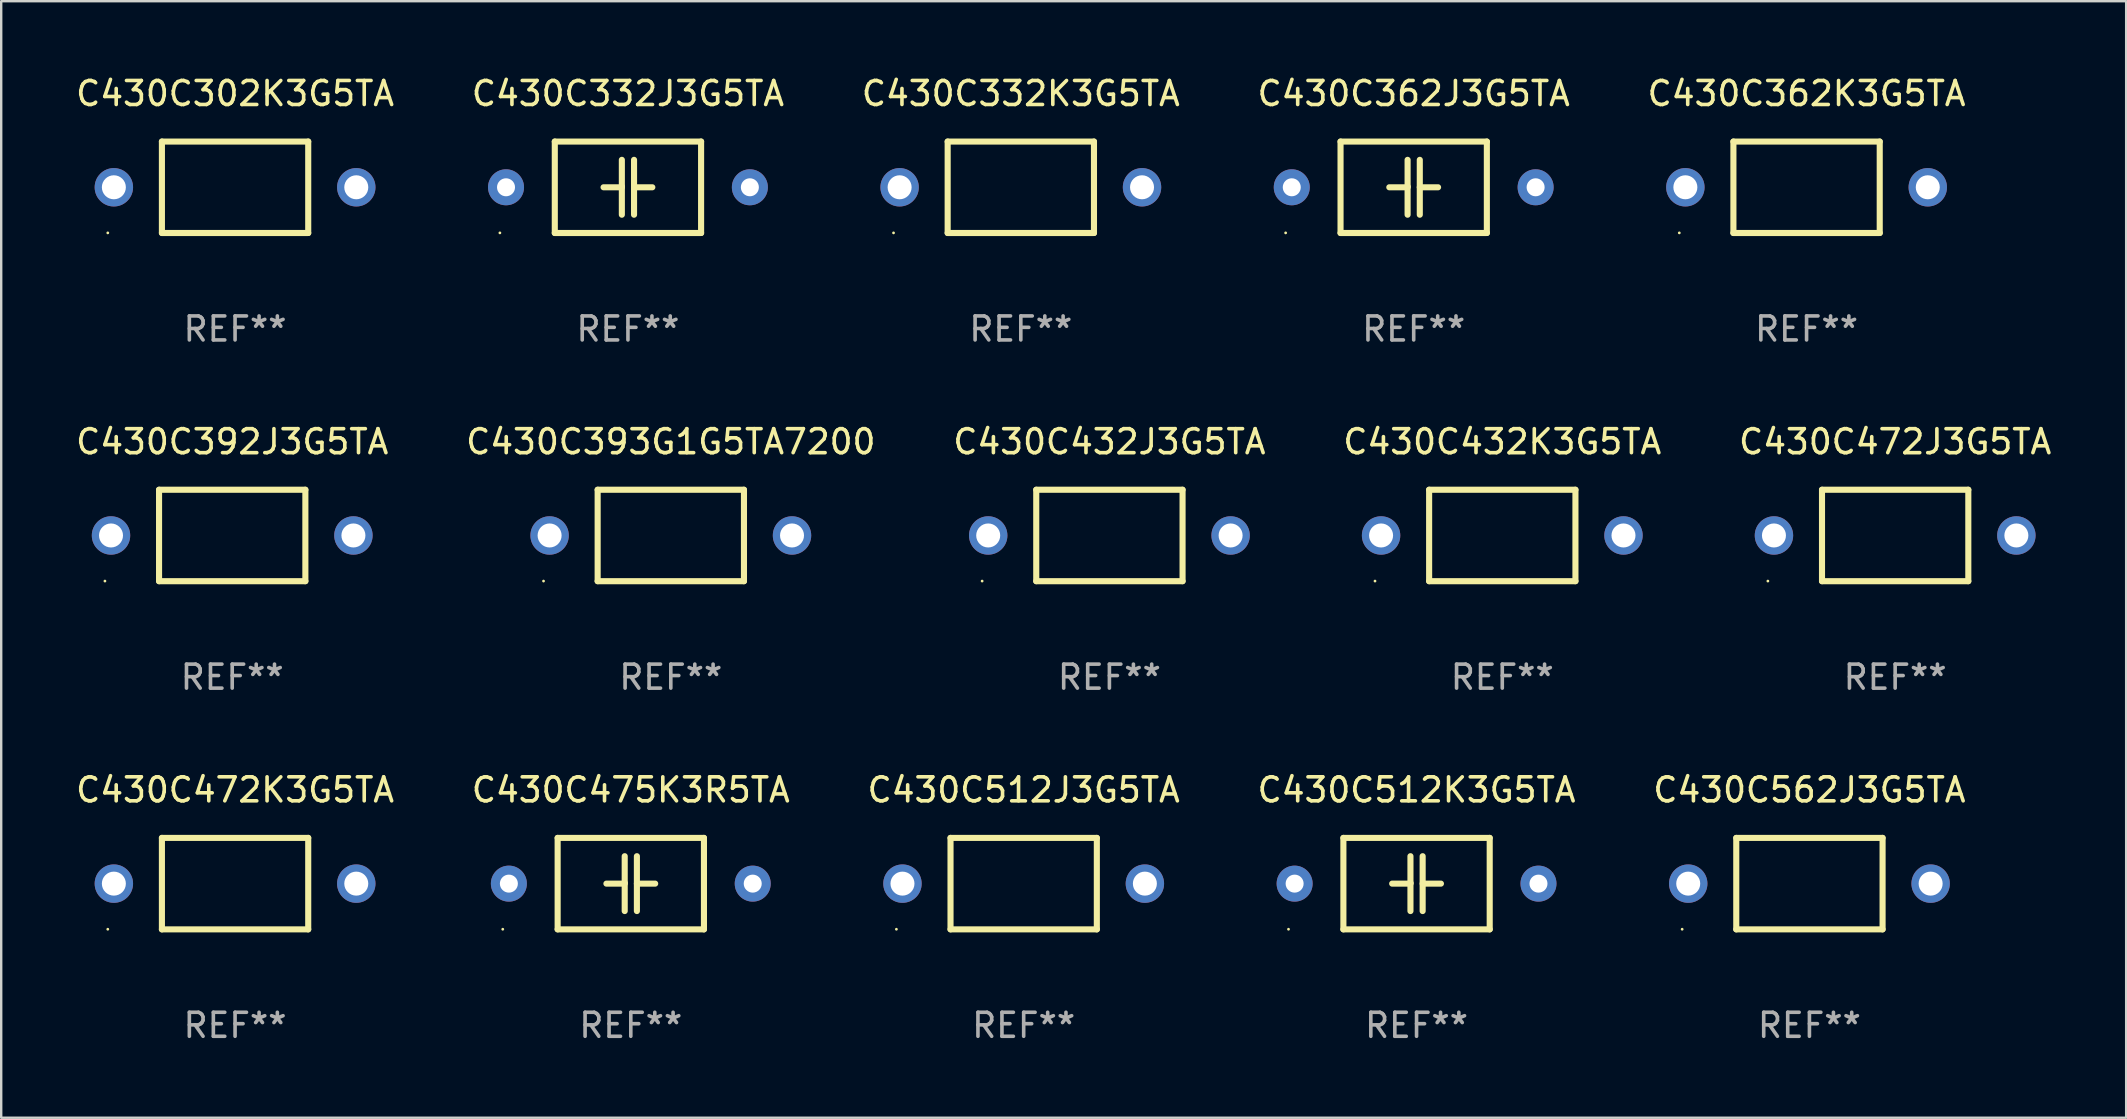
<source format=kicad_pcb>
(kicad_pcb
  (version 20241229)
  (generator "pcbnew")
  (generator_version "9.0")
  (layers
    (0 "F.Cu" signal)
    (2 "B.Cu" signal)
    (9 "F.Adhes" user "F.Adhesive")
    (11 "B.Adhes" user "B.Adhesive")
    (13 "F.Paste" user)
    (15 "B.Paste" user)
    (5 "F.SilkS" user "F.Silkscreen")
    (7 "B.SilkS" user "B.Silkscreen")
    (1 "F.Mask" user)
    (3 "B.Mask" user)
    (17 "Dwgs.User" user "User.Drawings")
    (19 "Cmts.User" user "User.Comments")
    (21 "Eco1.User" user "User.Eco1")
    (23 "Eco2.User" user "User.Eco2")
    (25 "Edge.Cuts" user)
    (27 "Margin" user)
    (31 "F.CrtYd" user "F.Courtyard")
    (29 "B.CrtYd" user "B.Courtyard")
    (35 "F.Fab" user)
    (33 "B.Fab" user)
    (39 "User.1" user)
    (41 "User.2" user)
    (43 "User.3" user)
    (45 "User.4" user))
  (footprint "C430C432K3G5TA"
    (layer "F.Cu")
    (at 59.542 19.26)
    (property "Reference" "C430C432K3G5TA" (at 0 -3.905 0) (layer "F.SilkS") (effects (font (size 1 1) (thickness 0.15))))
    (attr through_hole)
    (fp_line (start -3.048 -1.905) (end -3.048 1.905) (stroke (width 0.254) (type solid)) (layer "F.SilkS"))
    (fp_line (start -3.048 1.905) (end 3.048 1.905) (stroke (width 0.254) (type solid)) (layer "F.SilkS"))
    (fp_line (start 3.048 -1.905) (end -3.048 -1.905) (stroke (width 0.254) (type solid)) (layer "F.SilkS"))
    (fp_line (start 3.048 1.905) (end 3.048 -1.905) (stroke (width 0.254) (type solid)) (layer "F.SilkS"))
    (fp_circle (center -5.303 1.9) (end -5.273 1.9) (stroke (width 0.06) (type solid)) (fill no) (layer "F.SilkS"))
    (fp_text user "REF**" (at 0 5.905 0) (layer "F.Fab") (effects (font (size 1 1) (thickness 0.15))))
    (pad "1" thru_hole circle (at -5.05 0) (size 1.6 1.6) (drill 1) (layers "*.Cu" "*.Mask"))
    (pad "2" thru_hole circle (at 5.05 0) (size 1.6 1.6) (drill 1) (layers "*.Cu" "*.Mask")))
  (footprint "C430C432J3G5TA"
    (layer "F.Cu")
    (at 43.173 19.26)
    (property "Reference" "C430C432J3G5TA" (at 0 -3.905 0) (layer "F.SilkS") (effects (font (size 1 1) (thickness 0.15))))
    (attr through_hole)
    (fp_line (start -3.048 -1.905) (end -3.048 1.905) (stroke (width 0.254) (type solid)) (layer "F.SilkS"))
    (fp_line (start -3.048 1.905) (end 3.048 1.905) (stroke (width 0.254) (type solid)) (layer "F.SilkS"))
    (fp_line (start 3.048 -1.905) (end -3.048 -1.905) (stroke (width 0.254) (type solid)) (layer "F.SilkS"))
    (fp_line (start 3.048 1.905) (end 3.048 -1.905) (stroke (width 0.254) (type solid)) (layer "F.SilkS"))
    (fp_circle (center -5.303 1.9) (end -5.273 1.9) (stroke (width 0.06) (type solid)) (fill no) (layer "F.SilkS"))
    (fp_text user "REF**" (at 0 5.905 0) (layer "F.Fab") (effects (font (size 1 1) (thickness 0.15))))
    (pad "1" thru_hole circle (at -5.05 0) (size 1.6 1.6) (drill 1) (layers "*.Cu" "*.Mask"))
    (pad "2" thru_hole circle (at 5.05 0) (size 1.6 1.6) (drill 1) (layers "*.Cu" "*.Mask")))
  (footprint "C430C302K3G5TA"
    (layer "F.Cu")
    (at 6.744 4.753)
    (property "Reference" "C430C302K3G5TA" (at 0 -3.905 0) (layer "F.SilkS") (effects (font (size 1 1) (thickness 0.15))))
    (attr through_hole)
    (fp_line (start -3.048 -1.905) (end -3.048 1.905) (stroke (width 0.254) (type solid)) (layer "F.SilkS"))
    (fp_line (start -3.048 1.905) (end 3.048 1.905) (stroke (width 0.254) (type solid)) (layer "F.SilkS"))
    (fp_line (start 3.048 -1.905) (end -3.048 -1.905) (stroke (width 0.254) (type solid)) (layer "F.SilkS"))
    (fp_line (start 3.048 1.905) (end 3.048 -1.905) (stroke (width 0.254) (type solid)) (layer "F.SilkS"))
    (fp_circle (center -5.303 1.9) (end -5.273 1.9) (stroke (width 0.06) (type solid)) (fill no) (layer "F.SilkS"))
    (fp_text user "REF**" (at 0 5.905 0) (layer "F.Fab") (effects (font (size 1 1) (thickness 0.15))))
    (pad "1" thru_hole circle (at -5.05 0) (size 1.6 1.6) (drill 1) (layers "*.Cu" "*.Mask"))
    (pad "2" thru_hole circle (at 5.05 0) (size 1.6 1.6) (drill 1) (layers "*.Cu" "*.Mask")))
  (footprint "C430C392J3G5TA"
    (layer "F.Cu")
    (at 6.625 19.26)
    (property "Reference" "C430C392J3G5TA" (at 0 -3.905 0) (layer "F.SilkS") (effects (font (size 1 1) (thickness 0.15))))
    (attr through_hole)
    (fp_line (start -3.048 -1.905) (end -3.048 1.905) (stroke (width 0.254) (type solid)) (layer "F.SilkS"))
    (fp_line (start -3.048 1.905) (end 3.048 1.905) (stroke (width 0.254) (type solid)) (layer "F.SilkS"))
    (fp_line (start 3.048 -1.905) (end -3.048 -1.905) (stroke (width 0.254) (type solid)) (layer "F.SilkS"))
    (fp_line (start 3.048 1.905) (end 3.048 -1.905) (stroke (width 0.254) (type solid)) (layer "F.SilkS"))
    (fp_circle (center -5.303 1.9) (end -5.273 1.9) (stroke (width 0.06) (type solid)) (fill no) (layer "F.SilkS"))
    (fp_text user "REF**" (at 0 5.905 0) (layer "F.Fab") (effects (font (size 1 1) (thickness 0.15))))
    (pad "1" thru_hole circle (at -5.05 0) (size 1.6 1.6) (drill 1) (layers "*.Cu" "*.Mask"))
    (pad "2" thru_hole circle (at 5.05 0) (size 1.6 1.6) (drill 1) (layers "*.Cu" "*.Mask")))
  (footprint "C430C332J3G5TA"
    (layer "F.Cu")
    (at 23.113 4.753)
    (property "Reference" "C430C332J3G5TA" (at 0 -3.905 0) (layer "F.SilkS") (effects (font (size 1 1) (thickness 0.15))))
    (attr through_hole)
    (fp_line (start -3.048 -1.905) (end 3.048 -1.905) (stroke (width 0.254) (type solid)) (layer "F.SilkS"))
    (fp_line (start -3.048 1.905) (end -3.048 -1.905) (stroke (width 0.254) (type solid)) (layer "F.SilkS"))
    (fp_line (start -1.016 0) (end -0.254 0) (stroke (width 0.254) (type solid)) (layer "F.SilkS"))
    (fp_line (start -0.254 -1.143) (end -0.254 -0.036) (stroke (width 0.254) (type solid)) (layer "F.SilkS"))
    (fp_line (start -0.254 -0.036) (end -0.254 1.143) (stroke (width 0.254) (type solid)) (layer "F.SilkS"))
    (fp_line (start 0.254 1.143) (end 0.254 -1.143) (stroke (width 0.254) (type solid)) (layer "F.SilkS"))
    (fp_line (start 1.016 0) (end 0.254 0) (stroke (width 0.254) (type solid)) (layer "F.SilkS"))
    (fp_line (start 3.048 -1.905) (end 3.048 1.905) (stroke (width 0.254) (type solid)) (layer "F.SilkS"))
    (fp_line (start 3.048 1.905) (end -3.048 1.905) (stroke (width 0.254) (type solid)) (layer "F.SilkS"))
    (fp_circle (center -5.335 1.9) (end -5.305 1.9) (stroke (width 0.06) (type solid)) (fill no) (layer "F.SilkS"))
    (fp_text user "REF**" (at 0 5.905 0) (layer "F.Fab") (effects (font (size 1 1) (thickness 0.15))))
    (pad "1" thru_hole circle (at -5.08 0) (size 1.5 1.5) (drill 0.75) (layers "*.Cu" "*.Mask"))
    (pad "2" thru_hole circle (at 5.08 0) (size 1.5 1.5) (drill 0.75) (layers "*.Cu" "*.Mask")))
  (footprint "C430C512K3G5TA"
    (layer "F.Cu")
    (at 55.97 33.766)
    (property "Reference" "C430C512K3G5TA" (at 0 -3.905 0) (layer "F.SilkS") (effects (font (size 1 1) (thickness 0.15))))
    (attr through_hole)
    (fp_line (start -3.048 -1.905) (end 3.048 -1.905) (stroke (width 0.254) (type solid)) (layer "F.SilkS"))
    (fp_line (start -3.048 1.905) (end -3.048 -1.905) (stroke (width 0.254) (type solid)) (layer "F.SilkS"))
    (fp_line (start -1.016 0) (end -0.254 0) (stroke (width 0.254) (type solid)) (layer "F.SilkS"))
    (fp_line (start -0.254 -1.143) (end -0.254 -0.036) (stroke (width 0.254) (type solid)) (layer "F.SilkS"))
    (fp_line (start -0.254 -0.036) (end -0.254 1.143) (stroke (width 0.254) (type solid)) (layer "F.SilkS"))
    (fp_line (start 0.254 1.143) (end 0.254 -1.143) (stroke (width 0.254) (type solid)) (layer "F.SilkS"))
    (fp_line (start 1.016 0) (end 0.254 0) (stroke (width 0.254) (type solid)) (layer "F.SilkS"))
    (fp_line (start 3.048 -1.905) (end 3.048 1.905) (stroke (width 0.254) (type solid)) (layer "F.SilkS"))
    (fp_line (start 3.048 1.905) (end -3.048 1.905) (stroke (width 0.254) (type solid)) (layer "F.SilkS"))
    (fp_circle (center -5.335 1.9) (end -5.305 1.9) (stroke (width 0.06) (type solid)) (fill no) (layer "F.SilkS"))
    (fp_text user "REF**" (at 0 5.905 0) (layer "F.Fab") (effects (font (size 1 1) (thickness 0.15))))
    (pad "1" thru_hole circle (at -5.08 0) (size 1.5 1.5) (drill 0.75) (layers "*.Cu" "*.Mask"))
    (pad "2" thru_hole circle (at 5.08 0) (size 1.5 1.5) (drill 0.75) (layers "*.Cu" "*.Mask")))
  (footprint "C430C472K3G5TA"
    (layer "F.Cu")
    (at 6.744 33.766)
    (property "Reference" "C430C472K3G5TA" (at 0 -3.905 0) (layer "F.SilkS") (effects (font (size 1 1) (thickness 0.15))))
    (attr through_hole)
    (fp_line (start -3.048 -1.905) (end -3.048 1.905) (stroke (width 0.254) (type solid)) (layer "F.SilkS"))
    (fp_line (start -3.048 1.905) (end 3.048 1.905) (stroke (width 0.254) (type solid)) (layer "F.SilkS"))
    (fp_line (start 3.048 -1.905) (end -3.048 -1.905) (stroke (width 0.254) (type solid)) (layer "F.SilkS"))
    (fp_line (start 3.048 1.905) (end 3.048 -1.905) (stroke (width 0.254) (type solid)) (layer "F.SilkS"))
    (fp_circle (center -5.303 1.9) (end -5.273 1.9) (stroke (width 0.06) (type solid)) (fill no) (layer "F.SilkS"))
    (fp_text user "REF**" (at 0 5.905 0) (layer "F.Fab") (effects (font (size 1 1) (thickness 0.15))))
    (pad "1" thru_hole circle (at -5.05 0) (size 1.6 1.6) (drill 1) (layers "*.Cu" "*.Mask"))
    (pad "2" thru_hole circle (at 5.05 0) (size 1.6 1.6) (drill 1) (layers "*.Cu" "*.Mask")))
  (footprint "C430C512J3G5TA"
    (layer "F.Cu")
    (at 39.601 33.766)
    (property "Reference" "C430C512J3G5TA" (at 0 -3.905 0) (layer "F.SilkS") (effects (font (size 1 1) (thickness 0.15))))
    (attr through_hole)
    (fp_line (start -3.048 -1.905) (end -3.048 1.905) (stroke (width 0.254) (type solid)) (layer "F.SilkS"))
    (fp_line (start -3.048 1.905) (end 3.048 1.905) (stroke (width 0.254) (type solid)) (layer "F.SilkS"))
    (fp_line (start 3.048 -1.905) (end -3.048 -1.905) (stroke (width 0.254) (type solid)) (layer "F.SilkS"))
    (fp_line (start 3.048 1.905) (end 3.048 -1.905) (stroke (width 0.254) (type solid)) (layer "F.SilkS"))
    (fp_circle (center -5.303 1.9) (end -5.273 1.9) (stroke (width 0.06) (type solid)) (fill no) (layer "F.SilkS"))
    (fp_text user "REF**" (at 0 5.905 0) (layer "F.Fab") (effects (font (size 1 1) (thickness 0.15))))
    (pad "1" thru_hole circle (at -5.05 0) (size 1.6 1.6) (drill 1) (layers "*.Cu" "*.Mask"))
    (pad "2" thru_hole circle (at 5.05 0) (size 1.6 1.6) (drill 1) (layers "*.Cu" "*.Mask")))
  (footprint "C430C475K3R5TA"
    (layer "F.Cu")
    (at 23.232 33.766)
    (property "Reference" "C430C475K3R5TA" (at 0 -3.905 0) (layer "F.SilkS") (effects (font (size 1 1) (thickness 0.15))))
    (attr through_hole)
    (fp_line (start -3.048 -1.905) (end 3.048 -1.905) (stroke (width 0.254) (type solid)) (layer "F.SilkS"))
    (fp_line (start -3.048 1.905) (end -3.048 -1.905) (stroke (width 0.254) (type solid)) (layer "F.SilkS"))
    (fp_line (start -1.016 0) (end -0.254 0) (stroke (width 0.254) (type solid)) (layer "F.SilkS"))
    (fp_line (start -0.254 -1.143) (end -0.254 -0.036) (stroke (width 0.254) (type solid)) (layer "F.SilkS"))
    (fp_line (start -0.254 -0.036) (end -0.254 1.143) (stroke (width 0.254) (type solid)) (layer "F.SilkS"))
    (fp_line (start 0.254 1.143) (end 0.254 -1.143) (stroke (width 0.254) (type solid)) (layer "F.SilkS"))
    (fp_line (start 1.016 0) (end 0.254 0) (stroke (width 0.254) (type solid)) (layer "F.SilkS"))
    (fp_line (start 3.048 -1.905) (end 3.048 1.905) (stroke (width 0.254) (type solid)) (layer "F.SilkS"))
    (fp_line (start 3.048 1.905) (end -3.048 1.905) (stroke (width 0.254) (type solid)) (layer "F.SilkS"))
    (fp_circle (center -5.335 1.9) (end -5.305 1.9) (stroke (width 0.06) (type solid)) (fill no) (layer "F.SilkS"))
    (fp_text user "REF**" (at 0 5.905 0) (layer "F.Fab") (effects (font (size 1 1) (thickness 0.15))))
    (pad "1" thru_hole circle (at -5.08 0) (size 1.5 1.5) (drill 0.75) (layers "*.Cu" "*.Mask"))
    (pad "2" thru_hole circle (at 5.08 0) (size 1.5 1.5) (drill 0.75) (layers "*.Cu" "*.Mask")))
  (footprint "C430C562J3G5TA"
    (layer "F.Cu")
    (at 72.339 33.766)
    (property "Reference" "C430C562J3G5TA" (at 0 -3.905 0) (layer "F.SilkS") (effects (font (size 1 1) (thickness 0.15))))
    (attr through_hole)
    (fp_line (start -3.048 -1.905) (end -3.048 1.905) (stroke (width 0.254) (type solid)) (layer "F.SilkS"))
    (fp_line (start -3.048 1.905) (end 3.048 1.905) (stroke (width 0.254) (type solid)) (layer "F.SilkS"))
    (fp_line (start 3.048 -1.905) (end -3.048 -1.905) (stroke (width 0.254) (type solid)) (layer "F.SilkS"))
    (fp_line (start 3.048 1.905) (end 3.048 -1.905) (stroke (width 0.254) (type solid)) (layer "F.SilkS"))
    (fp_circle (center -5.303 1.9) (end -5.273 1.9) (stroke (width 0.06) (type solid)) (fill no) (layer "F.SilkS"))
    (fp_text user "REF**" (at 0 5.905 0) (layer "F.Fab") (effects (font (size 1 1) (thickness 0.15))))
    (pad "1" thru_hole circle (at -5.05 0) (size 1.6 1.6) (drill 1) (layers "*.Cu" "*.Mask"))
    (pad "2" thru_hole circle (at 5.05 0) (size 1.6 1.6) (drill 1) (layers "*.Cu" "*.Mask")))
  (footprint "C430C393G1G5TA7200"
    (layer "F.Cu")
    (at 24.899 19.26)
    (property "Reference" "C430C393G1G5TA7200" (at 0 -3.905 0) (layer "F.SilkS") (effects (font (size 1 1) (thickness 0.15))))
    (attr through_hole)
    (fp_line (start -3.048 -1.905) (end -3.048 1.905) (stroke (width 0.254) (type solid)) (layer "F.SilkS"))
    (fp_line (start -3.048 1.905) (end 3.048 1.905) (stroke (width 0.254) (type solid)) (layer "F.SilkS"))
    (fp_line (start 3.048 -1.905) (end -3.048 -1.905) (stroke (width 0.254) (type solid)) (layer "F.SilkS"))
    (fp_line (start 3.048 1.905) (end 3.048 -1.905) (stroke (width 0.254) (type solid)) (layer "F.SilkS"))
    (fp_circle (center -5.303 1.9) (end -5.273 1.9) (stroke (width 0.06) (type solid)) (fill no) (layer "F.SilkS"))
    (fp_text user "REF**" (at 0 5.905 0) (layer "F.Fab") (effects (font (size 1 1) (thickness 0.15))))
    (pad "1" thru_hole circle (at -5.05 0) (size 1.6 1.6) (drill 1) (layers "*.Cu" "*.Mask"))
    (pad "2" thru_hole circle (at 5.05 0) (size 1.6 1.6) (drill 1) (layers "*.Cu" "*.Mask")))
  (footprint "C430C362J3G5TA"
    (layer "F.Cu")
    (at 55.851 4.753)
    (property "Reference" "C430C362J3G5TA" (at 0 -3.905 0) (layer "F.SilkS") (effects (font (size 1 1) (thickness 0.15))))
    (attr through_hole)
    (fp_line (start -3.048 -1.905) (end 3.048 -1.905) (stroke (width 0.254) (type solid)) (layer "F.SilkS"))
    (fp_line (start -3.048 1.905) (end -3.048 -1.905) (stroke (width 0.254) (type solid)) (layer "F.SilkS"))
    (fp_line (start -1.016 0) (end -0.254 0) (stroke (width 0.254) (type solid)) (layer "F.SilkS"))
    (fp_line (start -0.254 -1.143) (end -0.254 -0.036) (stroke (width 0.254) (type solid)) (layer "F.SilkS"))
    (fp_line (start -0.254 -0.036) (end -0.254 1.143) (stroke (width 0.254) (type solid)) (layer "F.SilkS"))
    (fp_line (start 0.254 1.143) (end 0.254 -1.143) (stroke (width 0.254) (type solid)) (layer "F.SilkS"))
    (fp_line (start 1.016 0) (end 0.254 0) (stroke (width 0.254) (type solid)) (layer "F.SilkS"))
    (fp_line (start 3.048 -1.905) (end 3.048 1.905) (stroke (width 0.254) (type solid)) (layer "F.SilkS"))
    (fp_line (start 3.048 1.905) (end -3.048 1.905) (stroke (width 0.254) (type solid)) (layer "F.SilkS"))
    (fp_circle (center -5.335 1.9) (end -5.305 1.9) (stroke (width 0.06) (type solid)) (fill no) (layer "F.SilkS"))
    (fp_text user "REF**" (at 0 5.905 0) (layer "F.Fab") (effects (font (size 1 1) (thickness 0.15))))
    (pad "1" thru_hole circle (at -5.08 0) (size 1.5 1.5) (drill 0.75) (layers "*.Cu" "*.Mask"))
    (pad "2" thru_hole circle (at 5.08 0) (size 1.5 1.5) (drill 0.75) (layers "*.Cu" "*.Mask")))
  (footprint "C430C362K3G5TA"
    (layer "F.Cu")
    (at 72.22 4.753)
    (property "Reference" "C430C362K3G5TA" (at 0 -3.905 0) (layer "F.SilkS") (effects (font (size 1 1) (thickness 0.15))))
    (attr through_hole)
    (fp_line (start -3.048 -1.905) (end -3.048 1.905) (stroke (width 0.254) (type solid)) (layer "F.SilkS"))
    (fp_line (start -3.048 1.905) (end 3.048 1.905) (stroke (width 0.254) (type solid)) (layer "F.SilkS"))
    (fp_line (start 3.048 -1.905) (end -3.048 -1.905) (stroke (width 0.254) (type solid)) (layer "F.SilkS"))
    (fp_line (start 3.048 1.905) (end 3.048 -1.905) (stroke (width 0.254) (type solid)) (layer "F.SilkS"))
    (fp_circle (center -5.303 1.9) (end -5.273 1.9) (stroke (width 0.06) (type solid)) (fill no) (layer "F.SilkS"))
    (fp_text user "REF**" (at 0 5.905 0) (layer "F.Fab") (effects (font (size 1 1) (thickness 0.15))))
    (pad "1" thru_hole circle (at -5.05 0) (size 1.6 1.6) (drill 1) (layers "*.Cu" "*.Mask"))
    (pad "2" thru_hole circle (at 5.05 0) (size 1.6 1.6) (drill 1) (layers "*.Cu" "*.Mask")))
  (footprint "C430C332K3G5TA"
    (layer "F.Cu")
    (at 39.482 4.753)
    (property "Reference" "C430C332K3G5TA" (at 0 -3.905 0) (layer "F.SilkS") (effects (font (size 1 1) (thickness 0.15))))
    (attr through_hole)
    (fp_line (start -3.048 -1.905) (end -3.048 1.905) (stroke (width 0.254) (type solid)) (layer "F.SilkS"))
    (fp_line (start -3.048 1.905) (end 3.048 1.905) (stroke (width 0.254) (type solid)) (layer "F.SilkS"))
    (fp_line (start 3.048 -1.905) (end -3.048 -1.905) (stroke (width 0.254) (type solid)) (layer "F.SilkS"))
    (fp_line (start 3.048 1.905) (end 3.048 -1.905) (stroke (width 0.254) (type solid)) (layer "F.SilkS"))
    (fp_circle (center -5.303 1.9) (end -5.273 1.9) (stroke (width 0.06) (type solid)) (fill no) (layer "F.SilkS"))
    (fp_text user "REF**" (at 0 5.905 0) (layer "F.Fab") (effects (font (size 1 1) (thickness 0.15))))
    (pad "1" thru_hole circle (at -5.05 0) (size 1.6 1.6) (drill 1) (layers "*.Cu" "*.Mask"))
    (pad "2" thru_hole circle (at 5.05 0) (size 1.6 1.6) (drill 1) (layers "*.Cu" "*.Mask")))
  (footprint "C430C472J3G5TA"
    (layer "F.Cu")
    (at 75.911 19.26)
    (property "Reference" "C430C472J3G5TA" (at 0 -3.905 0) (layer "F.SilkS") (effects (font (size 1 1) (thickness 0.15))))
    (attr through_hole)
    (fp_line (start -3.048 -1.905) (end -3.048 1.905) (stroke (width 0.254) (type solid)) (layer "F.SilkS"))
    (fp_line (start -3.048 1.905) (end 3.048 1.905) (stroke (width 0.254) (type solid)) (layer "F.SilkS"))
    (fp_line (start 3.048 -1.905) (end -3.048 -1.905) (stroke (width 0.254) (type solid)) (layer "F.SilkS"))
    (fp_line (start 3.048 1.905) (end 3.048 -1.905) (stroke (width 0.254) (type solid)) (layer "F.SilkS"))
    (fp_circle (center -5.303 1.9) (end -5.273 1.9) (stroke (width 0.06) (type solid)) (fill no) (layer "F.SilkS"))
    (fp_text user "REF**" (at 0 5.905 0) (layer "F.Fab") (effects (font (size 1 1) (thickness 0.15))))
    (pad "1" thru_hole circle (at -5.05 0) (size 1.6 1.6) (drill 1) (layers "*.Cu" "*.Mask"))
    (pad "2" thru_hole circle (at 5.05 0) (size 1.6 1.6) (drill 1) (layers "*.Cu" "*.Mask")))
  (gr_rect
    (start -3 -3)
    (end 85.536 43.52)
    (stroke (width 0.1) (type default))
    (fill no)
    (layer "Edge.Cuts")))
</source>
